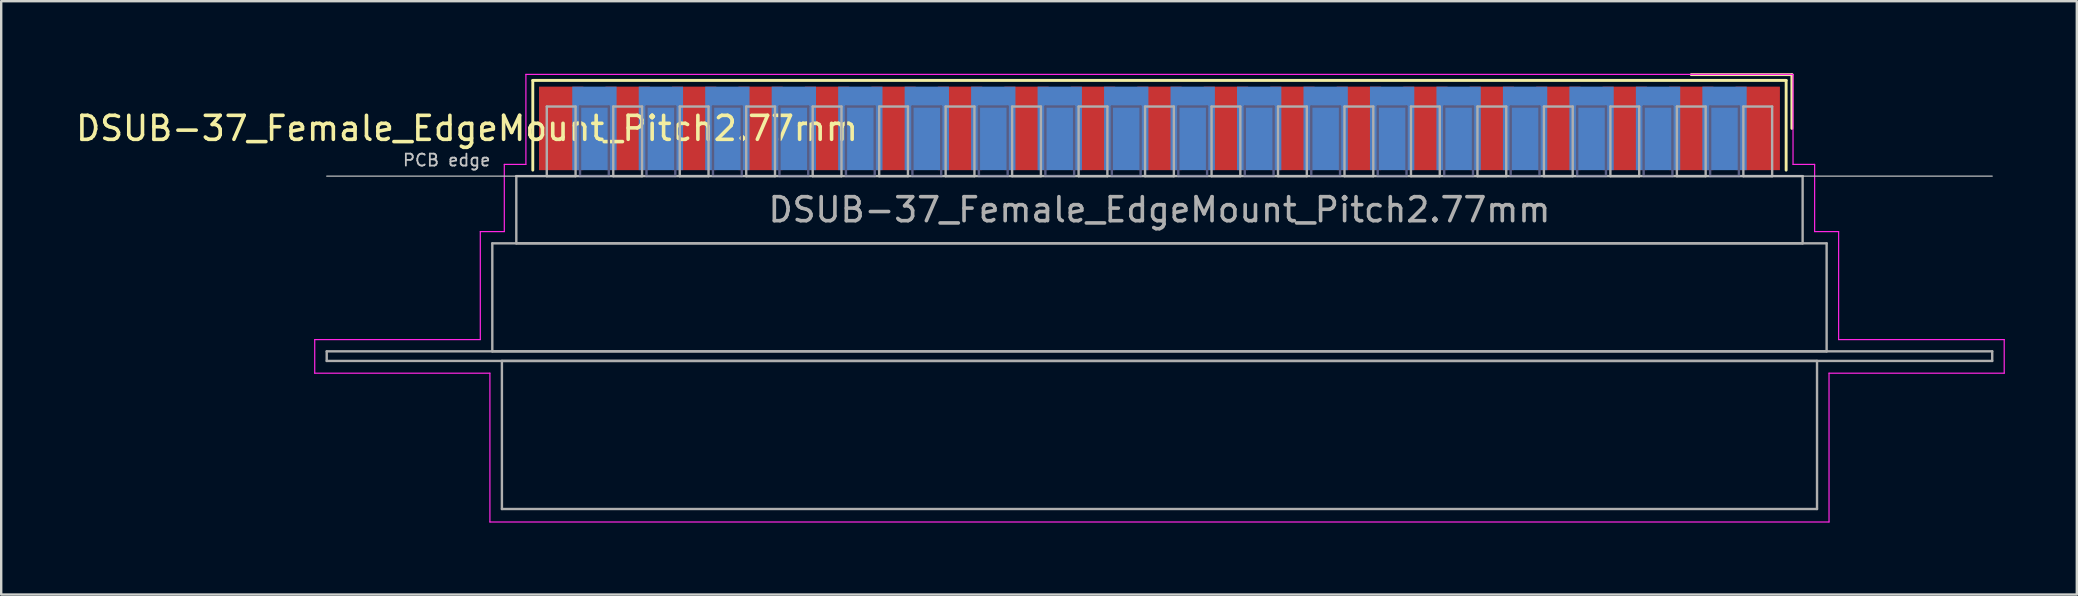
<source format=kicad_pcb>
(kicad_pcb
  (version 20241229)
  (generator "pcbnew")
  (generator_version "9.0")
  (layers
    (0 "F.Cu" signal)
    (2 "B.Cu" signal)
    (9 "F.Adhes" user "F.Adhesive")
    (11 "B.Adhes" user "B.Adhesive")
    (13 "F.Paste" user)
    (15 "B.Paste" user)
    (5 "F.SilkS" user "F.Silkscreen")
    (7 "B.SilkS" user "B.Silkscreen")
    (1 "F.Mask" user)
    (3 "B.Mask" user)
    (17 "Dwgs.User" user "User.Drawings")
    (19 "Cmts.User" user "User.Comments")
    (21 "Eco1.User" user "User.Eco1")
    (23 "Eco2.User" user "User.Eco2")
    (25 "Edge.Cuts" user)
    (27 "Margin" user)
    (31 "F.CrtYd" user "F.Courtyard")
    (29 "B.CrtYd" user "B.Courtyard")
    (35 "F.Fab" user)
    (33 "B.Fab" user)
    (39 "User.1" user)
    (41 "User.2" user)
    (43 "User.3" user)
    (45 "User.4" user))
  (footprint "DSUB-37_Female_EdgeMount_Pitch2.77mm"
    (layer "F.Cu")
    (at 45.264 2.3)
    (property "Reference" "DSUB-37_Female_EdgeMount_Pitch2.77mm" (at -28.853 0 0) (layer "F.SilkS") (effects (font (size 1 1) (thickness 0.15))))
    (attr smd)
    (fp_line (start -26.113 -2) (end -26.113 1.74) (stroke (width 0.12) (type solid)) (layer "F.SilkS"))
    (fp_line (start 26.113 -2) (end -26.113 -2) (stroke (width 0.12) (type solid)) (layer "F.SilkS"))
    (fp_line (start 26.113 1.74) (end 26.113 -2) (stroke (width 0.12) (type solid)) (layer "F.SilkS"))
    (fp_line (start 26.353 -2.24) (end 22.16 -2.24) (stroke (width 0.12) (type solid)) (layer "F.SilkS"))
    (fp_line (start 26.353 0) (end 26.353 -2.24) (stroke (width 0.12) (type solid)) (layer "F.SilkS"))
    (fp_line (start -34.7 1.99) (end 34.7 1.99) (stroke (width 0.05) (type solid)) (layer "Dwgs.User"))
    (fp_line (start -35.2 8.8) (end -28.3 8.8) (stroke (width 0.05) (type solid)) (layer "F.CrtYd"))
    (fp_line (start -35.2 10.2) (end -35.2 8.8) (stroke (width 0.05) (type solid)) (layer "F.CrtYd"))
    (fp_line (start -28.3 4.3) (end -27.3 4.3) (stroke (width 0.05) (type solid)) (layer "F.CrtYd"))
    (fp_line (start -28.3 8.8) (end -28.3 4.3) (stroke (width 0.05) (type solid)) (layer "F.CrtYd"))
    (fp_line (start -27.9 10.2) (end -35.2 10.2) (stroke (width 0.05) (type solid)) (layer "F.CrtYd"))
    (fp_line (start -27.9 16.4) (end -27.9 10.2) (stroke (width 0.05) (type solid)) (layer "F.CrtYd"))
    (fp_line (start -27.3 1.5) (end -26.4 1.5) (stroke (width 0.05) (type solid)) (layer "F.CrtYd"))
    (fp_line (start -27.3 4.3) (end -27.3 1.5) (stroke (width 0.05) (type solid)) (layer "F.CrtYd"))
    (fp_line (start -26.4 -2.25) (end 26.4 -2.25) (stroke (width 0.05) (type solid)) (layer "F.CrtYd"))
    (fp_line (start -26.4 1.5) (end -26.4 -2.25) (stroke (width 0.05) (type solid)) (layer "F.CrtYd"))
    (fp_line (start 26.4 -2.25) (end 26.4 1.5) (stroke (width 0.05) (type solid)) (layer "F.CrtYd"))
    (fp_line (start 26.4 1.5) (end 27.3 1.5) (stroke (width 0.05) (type solid)) (layer "F.CrtYd"))
    (fp_line (start 27.3 1.5) (end 27.3 4.3) (stroke (width 0.05) (type solid)) (layer "F.CrtYd"))
    (fp_line (start 27.3 4.3) (end 28.3 4.3) (stroke (width 0.05) (type solid)) (layer "F.CrtYd"))
    (fp_line (start 27.9 10.2) (end 27.9 16.4) (stroke (width 0.05) (type solid)) (layer "F.CrtYd"))
    (fp_line (start 27.9 16.4) (end -27.9 16.4) (stroke (width 0.05) (type solid)) (layer "F.CrtYd"))
    (fp_line (start 28.3 4.3) (end 28.3 8.8) (stroke (width 0.05) (type solid)) (layer "F.CrtYd"))
    (fp_line (start 28.3 8.8) (end 35.2 8.8) (stroke (width 0.05) (type solid)) (layer "F.CrtYd"))
    (fp_line (start 35.2 8.8) (end 35.2 10.2) (stroke (width 0.05) (type solid)) (layer "F.CrtYd"))
    (fp_line (start 35.2 10.2) (end 27.9 10.2) (stroke (width 0.05) (type solid)) (layer "F.CrtYd"))
    (fp_line (start -24.145 -0.91) (end -24.145 1.99) (stroke (width 0.1) (type solid)) (layer "B.Fab"))
    (fp_line (start -24.145 1.99) (end -22.945 1.99) (stroke (width 0.1) (type solid)) (layer "B.Fab"))
    (fp_line (start -22.945 -0.91) (end -24.145 -0.91) (stroke (width 0.1) (type solid)) (layer "B.Fab"))
    (fp_line (start -22.945 1.99) (end -22.945 -0.91) (stroke (width 0.1) (type solid)) (layer "B.Fab"))
    (fp_line (start -21.375 -0.91) (end -21.375 1.99) (stroke (width 0.1) (type solid)) (layer "B.Fab"))
    (fp_line (start -21.375 1.99) (end -20.175 1.99) (stroke (width 0.1) (type solid)) (layer "B.Fab"))
    (fp_line (start -20.175 -0.91) (end -21.375 -0.91) (stroke (width 0.1) (type solid)) (layer "B.Fab"))
    (fp_line (start -20.175 1.99) (end -20.175 -0.91) (stroke (width 0.1) (type solid)) (layer "B.Fab"))
    (fp_line (start -18.605 -0.91) (end -18.605 1.99) (stroke (width 0.1) (type solid)) (layer "B.Fab"))
    (fp_line (start -18.605 1.99) (end -17.405 1.99) (stroke (width 0.1) (type solid)) (layer "B.Fab"))
    (fp_line (start -17.405 -0.91) (end -18.605 -0.91) (stroke (width 0.1) (type solid)) (layer "B.Fab"))
    (fp_line (start -17.405 1.99) (end -17.405 -0.91) (stroke (width 0.1) (type solid)) (layer "B.Fab"))
    (fp_line (start -15.835 -0.91) (end -15.835 1.99) (stroke (width 0.1) (type solid)) (layer "B.Fab"))
    (fp_line (start -15.835 1.99) (end -14.635 1.99) (stroke (width 0.1) (type solid)) (layer "B.Fab"))
    (fp_line (start -14.635 -0.91) (end -15.835 -0.91) (stroke (width 0.1) (type solid)) (layer "B.Fab"))
    (fp_line (start -14.635 1.99) (end -14.635 -0.91) (stroke (width 0.1) (type solid)) (layer "B.Fab"))
    (fp_line (start -13.065 -0.91) (end -13.065 1.99) (stroke (width 0.1) (type solid)) (layer "B.Fab"))
    (fp_line (start -13.065 1.99) (end -11.865 1.99) (stroke (width 0.1) (type solid)) (layer "B.Fab"))
    (fp_line (start -11.865 -0.91) (end -13.065 -0.91) (stroke (width 0.1) (type solid)) (layer "B.Fab"))
    (fp_line (start -11.865 1.99) (end -11.865 -0.91) (stroke (width 0.1) (type solid)) (layer "B.Fab"))
    (fp_line (start -10.295 -0.91) (end -10.295 1.99) (stroke (width 0.1) (type solid)) (layer "B.Fab"))
    (fp_line (start -10.295 1.99) (end -9.095 1.99) (stroke (width 0.1) (type solid)) (layer "B.Fab"))
    (fp_line (start -9.095 -0.91) (end -10.295 -0.91) (stroke (width 0.1) (type solid)) (layer "B.Fab"))
    (fp_line (start -9.095 1.99) (end -9.095 -0.91) (stroke (width 0.1) (type solid)) (layer "B.Fab"))
    (fp_line (start -7.525 -0.91) (end -7.525 1.99) (stroke (width 0.1) (type solid)) (layer "B.Fab"))
    (fp_line (start -7.525 1.99) (end -6.325 1.99) (stroke (width 0.1) (type solid)) (layer "B.Fab"))
    (fp_line (start -6.325 -0.91) (end -7.525 -0.91) (stroke (width 0.1) (type solid)) (layer "B.Fab"))
    (fp_line (start -6.325 1.99) (end -6.325 -0.91) (stroke (width 0.1) (type solid)) (layer "B.Fab"))
    (fp_line (start -4.755 -0.91) (end -4.755 1.99) (stroke (width 0.1) (type solid)) (layer "B.Fab"))
    (fp_line (start -4.755 1.99) (end -3.555 1.99) (stroke (width 0.1) (type solid)) (layer "B.Fab"))
    (fp_line (start -3.555 -0.91) (end -4.755 -0.91) (stroke (width 0.1) (type solid)) (layer "B.Fab"))
    (fp_line (start -3.555 1.99) (end -3.555 -0.91) (stroke (width 0.1) (type solid)) (layer "B.Fab"))
    (fp_line (start -1.985 -0.91) (end -1.985 1.99) (stroke (width 0.1) (type solid)) (layer "B.Fab"))
    (fp_line (start -1.985 1.99) (end -0.785 1.99) (stroke (width 0.1) (type solid)) (layer "B.Fab"))
    (fp_line (start -0.785 -0.91) (end -1.985 -0.91) (stroke (width 0.1) (type solid)) (layer "B.Fab"))
    (fp_line (start -0.785 1.99) (end -0.785 -0.91) (stroke (width 0.1) (type solid)) (layer "B.Fab"))
    (fp_line (start 0.785 -0.91) (end 0.785 1.99) (stroke (width 0.1) (type solid)) (layer "B.Fab"))
    (fp_line (start 0.785 1.99) (end 1.985 1.99) (stroke (width 0.1) (type solid)) (layer "B.Fab"))
    (fp_line (start 1.985 -0.91) (end 0.785 -0.91) (stroke (width 0.1) (type solid)) (layer "B.Fab"))
    (fp_line (start 1.985 1.99) (end 1.985 -0.91) (stroke (width 0.1) (type solid)) (layer "B.Fab"))
    (fp_line (start 3.555 -0.91) (end 3.555 1.99) (stroke (width 0.1) (type solid)) (layer "B.Fab"))
    (fp_line (start 3.555 1.99) (end 4.755 1.99) (stroke (width 0.1) (type solid)) (layer "B.Fab"))
    (fp_line (start 4.755 -0.91) (end 3.555 -0.91) (stroke (width 0.1) (type solid)) (layer "B.Fab"))
    (fp_line (start 4.755 1.99) (end 4.755 -0.91) (stroke (width 0.1) (type solid)) (layer "B.Fab"))
    (fp_line (start 6.325 -0.91) (end 6.325 1.99) (stroke (width 0.1) (type solid)) (layer "B.Fab"))
    (fp_line (start 6.325 1.99) (end 7.525 1.99) (stroke (width 0.1) (type solid)) (layer "B.Fab"))
    (fp_line (start 7.525 -0.91) (end 6.325 -0.91) (stroke (width 0.1) (type solid)) (layer "B.Fab"))
    (fp_line (start 7.525 1.99) (end 7.525 -0.91) (stroke (width 0.1) (type solid)) (layer "B.Fab"))
    (fp_line (start 9.095 -0.91) (end 9.095 1.99) (stroke (width 0.1) (type solid)) (layer "B.Fab"))
    (fp_line (start 9.095 1.99) (end 10.295 1.99) (stroke (width 0.1) (type solid)) (layer "B.Fab"))
    (fp_line (start 10.295 -0.91) (end 9.095 -0.91) (stroke (width 0.1) (type solid)) (layer "B.Fab"))
    (fp_line (start 10.295 1.99) (end 10.295 -0.91) (stroke (width 0.1) (type solid)) (layer "B.Fab"))
    (fp_line (start 11.865 -0.91) (end 11.865 1.99) (stroke (width 0.1) (type solid)) (layer "B.Fab"))
    (fp_line (start 11.865 1.99) (end 13.065 1.99) (stroke (width 0.1) (type solid)) (layer "B.Fab"))
    (fp_line (start 13.065 -0.91) (end 11.865 -0.91) (stroke (width 0.1) (type solid)) (layer "B.Fab"))
    (fp_line (start 13.065 1.99) (end 13.065 -0.91) (stroke (width 0.1) (type solid)) (layer "B.Fab"))
    (fp_line (start 14.635 -0.91) (end 14.635 1.99) (stroke (width 0.1) (type solid)) (layer "B.Fab"))
    (fp_line (start 14.635 1.99) (end 15.835 1.99) (stroke (width 0.1) (type solid)) (layer "B.Fab"))
    (fp_line (start 15.835 -0.91) (end 14.635 -0.91) (stroke (width 0.1) (type solid)) (layer "B.Fab"))
    (fp_line (start 15.835 1.99) (end 15.835 -0.91) (stroke (width 0.1) (type solid)) (layer "B.Fab"))
    (fp_line (start 17.405 -0.91) (end 17.405 1.99) (stroke (width 0.1) (type solid)) (layer "B.Fab"))
    (fp_line (start 17.405 1.99) (end 18.605 1.99) (stroke (width 0.1) (type solid)) (layer "B.Fab"))
    (fp_line (start 18.605 -0.91) (end 17.405 -0.91) (stroke (width 0.1) (type solid)) (layer "B.Fab"))
    (fp_line (start 18.605 1.99) (end 18.605 -0.91) (stroke (width 0.1) (type solid)) (layer "B.Fab"))
    (fp_line (start 20.175 -0.91) (end 20.175 1.99) (stroke (width 0.1) (type solid)) (layer "B.Fab"))
    (fp_line (start 20.175 1.99) (end 21.375 1.99) (stroke (width 0.1) (type solid)) (layer "B.Fab"))
    (fp_line (start 21.375 -0.91) (end 20.175 -0.91) (stroke (width 0.1) (type solid)) (layer "B.Fab"))
    (fp_line (start 21.375 1.99) (end 21.375 -0.91) (stroke (width 0.1) (type solid)) (layer "B.Fab"))
    (fp_line (start 22.945 -0.91) (end 22.945 1.99) (stroke (width 0.1) (type solid)) (layer "B.Fab"))
    (fp_line (start 22.945 1.99) (end 24.145 1.99) (stroke (width 0.1) (type solid)) (layer "B.Fab"))
    (fp_line (start 24.145 -0.91) (end 22.945 -0.91) (stroke (width 0.1) (type solid)) (layer "B.Fab"))
    (fp_line (start 24.145 1.99) (end 24.145 -0.91) (stroke (width 0.1) (type solid)) (layer "B.Fab"))
    (fp_line (start -34.7 9.29) (end -34.7 9.69) (stroke (width 0.1) (type solid)) (layer "F.Fab"))
    (fp_line (start -34.7 9.69) (end 34.7 9.69) (stroke (width 0.1) (type solid)) (layer "F.Fab"))
    (fp_line (start -27.8 4.79) (end -27.8 9.29) (stroke (width 0.1) (type solid)) (layer "F.Fab"))
    (fp_line (start -27.8 9.29) (end 27.8 9.29) (stroke (width 0.1) (type solid)) (layer "F.Fab"))
    (fp_line (start -27.4 9.69) (end -27.4 15.86) (stroke (width 0.1) (type solid)) (layer "F.Fab"))
    (fp_line (start -27.4 15.86) (end 27.4 15.86) (stroke (width 0.1) (type solid)) (layer "F.Fab"))
    (fp_line (start -26.8 1.99) (end -26.8 4.79) (stroke (width 0.1) (type solid)) (layer "F.Fab"))
    (fp_line (start -26.8 4.79) (end 26.8 4.79) (stroke (width 0.1) (type solid)) (layer "F.Fab"))
    (fp_line (start -25.53 -0.91) (end -25.53 1.99) (stroke (width 0.1) (type solid)) (layer "F.Fab"))
    (fp_line (start -25.53 1.99) (end -24.33 1.99) (stroke (width 0.1) (type solid)) (layer "F.Fab"))
    (fp_line (start -24.33 -0.91) (end -25.53 -0.91) (stroke (width 0.1) (type solid)) (layer "F.Fab"))
    (fp_line (start -24.33 1.99) (end -24.33 -0.91) (stroke (width 0.1) (type solid)) (layer "F.Fab"))
    (fp_line (start -22.76 -0.91) (end -22.76 1.99) (stroke (width 0.1) (type solid)) (layer "F.Fab"))
    (fp_line (start -22.76 1.99) (end -21.56 1.99) (stroke (width 0.1) (type solid)) (layer "F.Fab"))
    (fp_line (start -21.56 -0.91) (end -22.76 -0.91) (stroke (width 0.1) (type solid)) (layer "F.Fab"))
    (fp_line (start -21.56 1.99) (end -21.56 -0.91) (stroke (width 0.1) (type solid)) (layer "F.Fab"))
    (fp_line (start -19.99 -0.91) (end -19.99 1.99) (stroke (width 0.1) (type solid)) (layer "F.Fab"))
    (fp_line (start -19.99 1.99) (end -18.79 1.99) (stroke (width 0.1) (type solid)) (layer "F.Fab"))
    (fp_line (start -18.79 -0.91) (end -19.99 -0.91) (stroke (width 0.1) (type solid)) (layer "F.Fab"))
    (fp_line (start -18.79 1.99) (end -18.79 -0.91) (stroke (width 0.1) (type solid)) (layer "F.Fab"))
    (fp_line (start -17.22 -0.91) (end -17.22 1.99) (stroke (width 0.1) (type solid)) (layer "F.Fab"))
    (fp_line (start -17.22 1.99) (end -16.02 1.99) (stroke (width 0.1) (type solid)) (layer "F.Fab"))
    (fp_line (start -16.02 -0.91) (end -17.22 -0.91) (stroke (width 0.1) (type solid)) (layer "F.Fab"))
    (fp_line (start -16.02 1.99) (end -16.02 -0.91) (stroke (width 0.1) (type solid)) (layer "F.Fab"))
    (fp_line (start -14.45 -0.91) (end -14.45 1.99) (stroke (width 0.1) (type solid)) (layer "F.Fab"))
    (fp_line (start -14.45 1.99) (end -13.25 1.99) (stroke (width 0.1) (type solid)) (layer "F.Fab"))
    (fp_line (start -13.25 -0.91) (end -14.45 -0.91) (stroke (width 0.1) (type solid)) (layer "F.Fab"))
    (fp_line (start -13.25 1.99) (end -13.25 -0.91) (stroke (width 0.1) (type solid)) (layer "F.Fab"))
    (fp_line (start -11.68 -0.91) (end -11.68 1.99) (stroke (width 0.1) (type solid)) (layer "F.Fab"))
    (fp_line (start -11.68 1.99) (end -10.48 1.99) (stroke (width 0.1) (type solid)) (layer "F.Fab"))
    (fp_line (start -10.48 -0.91) (end -11.68 -0.91) (stroke (width 0.1) (type solid)) (layer "F.Fab"))
    (fp_line (start -10.48 1.99) (end -10.48 -0.91) (stroke (width 0.1) (type solid)) (layer "F.Fab"))
    (fp_line (start -8.91 -0.91) (end -8.91 1.99) (stroke (width 0.1) (type solid)) (layer "F.Fab"))
    (fp_line (start -8.91 1.99) (end -7.71 1.99) (stroke (width 0.1) (type solid)) (layer "F.Fab"))
    (fp_line (start -7.71 -0.91) (end -8.91 -0.91) (stroke (width 0.1) (type solid)) (layer "F.Fab"))
    (fp_line (start -7.71 1.99) (end -7.71 -0.91) (stroke (width 0.1) (type solid)) (layer "F.Fab"))
    (fp_line (start -6.14 -0.91) (end -6.14 1.99) (stroke (width 0.1) (type solid)) (layer "F.Fab"))
    (fp_line (start -6.14 1.99) (end -4.94 1.99) (stroke (width 0.1) (type solid)) (layer "F.Fab"))
    (fp_line (start -4.94 -0.91) (end -6.14 -0.91) (stroke (width 0.1) (type solid)) (layer "F.Fab"))
    (fp_line (start -4.94 1.99) (end -4.94 -0.91) (stroke (width 0.1) (type solid)) (layer "F.Fab"))
    (fp_line (start -3.37 -0.91) (end -3.37 1.99) (stroke (width 0.1) (type solid)) (layer "F.Fab"))
    (fp_line (start -3.37 1.99) (end -2.17 1.99) (stroke (width 0.1) (type solid)) (layer "F.Fab"))
    (fp_line (start -2.17 -0.91) (end -3.37 -0.91) (stroke (width 0.1) (type solid)) (layer "F.Fab"))
    (fp_line (start -2.17 1.99) (end -2.17 -0.91) (stroke (width 0.1) (type solid)) (layer "F.Fab"))
    (fp_line (start -0.6 -0.91) (end -0.6 1.99) (stroke (width 0.1) (type solid)) (layer "F.Fab"))
    (fp_line (start -0.6 1.99) (end 0.6 1.99) (stroke (width 0.1) (type solid)) (layer "F.Fab"))
    (fp_line (start 0.6 -0.91) (end -0.6 -0.91) (stroke (width 0.1) (type solid)) (layer "F.Fab"))
    (fp_line (start 0.6 1.99) (end 0.6 -0.91) (stroke (width 0.1) (type solid)) (layer "F.Fab"))
    (fp_line (start 2.17 -0.91) (end 2.17 1.99) (stroke (width 0.1) (type solid)) (layer "F.Fab"))
    (fp_line (start 2.17 1.99) (end 3.37 1.99) (stroke (width 0.1) (type solid)) (layer "F.Fab"))
    (fp_line (start 3.37 -0.91) (end 2.17 -0.91) (stroke (width 0.1) (type solid)) (layer "F.Fab"))
    (fp_line (start 3.37 1.99) (end 3.37 -0.91) (stroke (width 0.1) (type solid)) (layer "F.Fab"))
    (fp_line (start 4.94 -0.91) (end 4.94 1.99) (stroke (width 0.1) (type solid)) (layer "F.Fab"))
    (fp_line (start 4.94 1.99) (end 6.14 1.99) (stroke (width 0.1) (type solid)) (layer "F.Fab"))
    (fp_line (start 6.14 -0.91) (end 4.94 -0.91) (stroke (width 0.1) (type solid)) (layer "F.Fab"))
    (fp_line (start 6.14 1.99) (end 6.14 -0.91) (stroke (width 0.1) (type solid)) (layer "F.Fab"))
    (fp_line (start 7.71 -0.91) (end 7.71 1.99) (stroke (width 0.1) (type solid)) (layer "F.Fab"))
    (fp_line (start 7.71 1.99) (end 8.91 1.99) (stroke (width 0.1) (type solid)) (layer "F.Fab"))
    (fp_line (start 8.91 -0.91) (end 7.71 -0.91) (stroke (width 0.1) (type solid)) (layer "F.Fab"))
    (fp_line (start 8.91 1.99) (end 8.91 -0.91) (stroke (width 0.1) (type solid)) (layer "F.Fab"))
    (fp_line (start 10.48 -0.91) (end 10.48 1.99) (stroke (width 0.1) (type solid)) (layer "F.Fab"))
    (fp_line (start 10.48 1.99) (end 11.68 1.99) (stroke (width 0.1) (type solid)) (layer "F.Fab"))
    (fp_line (start 11.68 -0.91) (end 10.48 -0.91) (stroke (width 0.1) (type solid)) (layer "F.Fab"))
    (fp_line (start 11.68 1.99) (end 11.68 -0.91) (stroke (width 0.1) (type solid)) (layer "F.Fab"))
    (fp_line (start 13.25 -0.91) (end 13.25 1.99) (stroke (width 0.1) (type solid)) (layer "F.Fab"))
    (fp_line (start 13.25 1.99) (end 14.45 1.99) (stroke (width 0.1) (type solid)) (layer "F.Fab"))
    (fp_line (start 14.45 -0.91) (end 13.25 -0.91) (stroke (width 0.1) (type solid)) (layer "F.Fab"))
    (fp_line (start 14.45 1.99) (end 14.45 -0.91) (stroke (width 0.1) (type solid)) (layer "F.Fab"))
    (fp_line (start 16.02 -0.91) (end 16.02 1.99) (stroke (width 0.1) (type solid)) (layer "F.Fab"))
    (fp_line (start 16.02 1.99) (end 17.22 1.99) (stroke (width 0.1) (type solid)) (layer "F.Fab"))
    (fp_line (start 17.22 -0.91) (end 16.02 -0.91) (stroke (width 0.1) (type solid)) (layer "F.Fab"))
    (fp_line (start 17.22 1.99) (end 17.22 -0.91) (stroke (width 0.1) (type solid)) (layer "F.Fab"))
    (fp_line (start 18.79 -0.91) (end 18.79 1.99) (stroke (width 0.1) (type solid)) (layer "F.Fab"))
    (fp_line (start 18.79 1.99) (end 19.99 1.99) (stroke (width 0.1) (type solid)) (layer "F.Fab"))
    (fp_line (start 19.99 -0.91) (end 18.79 -0.91) (stroke (width 0.1) (type solid)) (layer "F.Fab"))
    (fp_line (start 19.99 1.99) (end 19.99 -0.91) (stroke (width 0.1) (type solid)) (layer "F.Fab"))
    (fp_line (start 21.56 -0.91) (end 21.56 1.99) (stroke (width 0.1) (type solid)) (layer "F.Fab"))
    (fp_line (start 21.56 1.99) (end 22.76 1.99) (stroke (width 0.1) (type solid)) (layer "F.Fab"))
    (fp_line (start 22.76 -0.91) (end 21.56 -0.91) (stroke (width 0.1) (type solid)) (layer "F.Fab"))
    (fp_line (start 22.76 1.99) (end 22.76 -0.91) (stroke (width 0.1) (type solid)) (layer "F.Fab"))
    (fp_line (start 24.33 -0.91) (end 24.33 1.99) (stroke (width 0.1) (type solid)) (layer "F.Fab"))
    (fp_line (start 24.33 1.99) (end 25.53 1.99) (stroke (width 0.1) (type solid)) (layer "F.Fab"))
    (fp_line (start 25.53 -0.91) (end 24.33 -0.91) (stroke (width 0.1) (type solid)) (layer "F.Fab"))
    (fp_line (start 25.53 1.99) (end 25.53 -0.91) (stroke (width 0.1) (type solid)) (layer "F.Fab"))
    (fp_line (start 26.8 1.99) (end -26.8 1.99) (stroke (width 0.1) (type solid)) (layer "F.Fab"))
    (fp_line (start 26.8 4.79) (end 26.8 1.99) (stroke (width 0.1) (type solid)) (layer "F.Fab"))
    (fp_line (start 27.4 9.69) (end -27.4 9.69) (stroke (width 0.1) (type solid)) (layer "F.Fab"))
    (fp_line (start 27.4 15.86) (end 27.4 9.69) (stroke (width 0.1) (type solid)) (layer "F.Fab"))
    (fp_line (start 27.8 4.79) (end -27.8 4.79) (stroke (width 0.1) (type solid)) (layer "F.Fab"))
    (fp_line (start 27.8 9.29) (end 27.8 4.79) (stroke (width 0.1) (type solid)) (layer "F.Fab"))
    (fp_line (start 34.7 9.29) (end -34.7 9.29) (stroke (width 0.1) (type solid)) (layer "F.Fab"))
    (fp_line (start 34.7 9.69) (end 34.7 9.29) (stroke (width 0.1) (type solid)) (layer "F.Fab"))
    (fp_text user "PCB edge" (at -29.7 1.323 0) (layer "Dwgs.User") (effects (font (size 0.5 0.5) (thickness 0.075))))
    (fp_text user "${REFERENCE}" (at 0 3.39 0) (layer "F.Fab") (effects (font (size 1 1) (thickness 0.15))))
    (pad "1" smd rect (at 24.93 0) (size 1.847 3.48) (layers "F.Cu" "F.Mask" "F.Paste"))
    (pad "2" smd rect (at 22.16 0) (size 1.847 3.48) (layers "F.Cu" "F.Mask" "F.Paste"))
    (pad "3" smd rect (at 19.39 0) (size 1.847 3.48) (layers "F.Cu" "F.Mask" "F.Paste"))
    (pad "4" smd rect (at 16.62 0) (size 1.847 3.48) (layers "F.Cu" "F.Mask" "F.Paste"))
    (pad "5" smd rect (at 13.85 0) (size 1.847 3.48) (layers "F.Cu" "F.Mask" "F.Paste"))
    (pad "6" smd rect (at 11.08 0) (size 1.847 3.48) (layers "F.Cu" "F.Mask" "F.Paste"))
    (pad "7" smd rect (at 8.31 0) (size 1.847 3.48) (layers "F.Cu" "F.Mask" "F.Paste"))
    (pad "8" smd rect (at 5.54 0) (size 1.847 3.48) (layers "F.Cu" "F.Mask" "F.Paste"))
    (pad "9" smd rect (at 2.77 0) (size 1.847 3.48) (layers "F.Cu" "F.Mask" "F.Paste"))
    (pad "10" smd rect (at 0 0) (size 1.847 3.48) (layers "F.Cu" "F.Mask" "F.Paste"))
    (pad "11" smd rect (at -2.77 0) (size 1.847 3.48) (layers "F.Cu" "F.Mask" "F.Paste"))
    (pad "12" smd rect (at -5.54 0) (size 1.847 3.48) (layers "F.Cu" "F.Mask" "F.Paste"))
    (pad "13" smd rect (at -8.31 0) (size 1.847 3.48) (layers "F.Cu" "F.Mask" "F.Paste"))
    (pad "14" smd rect (at -11.08 0) (size 1.847 3.48) (layers "F.Cu" "F.Mask" "F.Paste"))
    (pad "15" smd rect (at -13.85 0) (size 1.847 3.48) (layers "F.Cu" "F.Mask" "F.Paste"))
    (pad "16" smd rect (at -16.62 0) (size 1.847 3.48) (layers "F.Cu" "F.Mask" "F.Paste"))
    (pad "17" smd rect (at -19.39 0) (size 1.847 3.48) (layers "F.Cu" "F.Mask" "F.Paste"))
    (pad "18" smd rect (at -22.16 0) (size 1.847 3.48) (layers "F.Cu" "F.Mask" "F.Paste"))
    (pad "19" smd rect (at -24.93 0) (size 1.847 3.48) (layers "F.Cu" "F.Mask" "F.Paste"))
    (pad "20" smd rect (at 23.545 0) (size 1.847 3.48) (layers "B.Cu" "B.Mask" "B.Paste"))
    (pad "21" smd rect (at 20.775 0) (size 1.847 3.48) (layers "B.Cu" "B.Mask" "B.Paste"))
    (pad "22" smd rect (at 18.005 0) (size 1.847 3.48) (layers "B.Cu" "B.Mask" "B.Paste"))
    (pad "23" smd rect (at 15.235 0) (size 1.847 3.48) (layers "B.Cu" "B.Mask" "B.Paste"))
    (pad "24" smd rect (at 12.465 0) (size 1.847 3.48) (layers "B.Cu" "B.Mask" "B.Paste"))
    (pad "25" smd rect (at 9.695 0) (size 1.847 3.48) (layers "B.Cu" "B.Mask" "B.Paste"))
    (pad "26" smd rect (at 6.925 0) (size 1.847 3.48) (layers "B.Cu" "B.Mask" "B.Paste"))
    (pad "27" smd rect (at 4.155 0) (size 1.847 3.48) (layers "B.Cu" "B.Mask" "B.Paste"))
    (pad "28" smd rect (at 1.385 0) (size 1.847 3.48) (layers "B.Cu" "B.Mask" "B.Paste"))
    (pad "29" smd rect (at -1.385 0) (size 1.847 3.48) (layers "B.Cu" "B.Mask" "B.Paste"))
    (pad "30" smd rect (at -4.155 0) (size 1.847 3.48) (layers "B.Cu" "B.Mask" "B.Paste"))
    (pad "31" smd rect (at -6.925 0) (size 1.847 3.48) (layers "B.Cu" "B.Mask" "B.Paste"))
    (pad "32" smd rect (at -9.695 0) (size 1.847 3.48) (layers "B.Cu" "B.Mask" "B.Paste"))
    (pad "33" smd rect (at -12.465 0) (size 1.847 3.48) (layers "B.Cu" "B.Mask" "B.Paste"))
    (pad "34" smd rect (at -15.235 0) (size 1.847 3.48) (layers "B.Cu" "B.Mask" "B.Paste"))
    (pad "35" smd rect (at -18.005 0) (size 1.847 3.48) (layers "B.Cu" "B.Mask" "B.Paste"))
    (pad "36" smd rect (at -20.775 0) (size 1.847 3.48) (layers "B.Cu" "B.Mask" "B.Paste"))
    (pad "37" smd rect (at -23.545 0) (size 1.847 3.48) (layers "B.Cu" "B.Mask" "B.Paste")))
  (gr_rect
    (start -3 -3)
    (end 83.489 21.725)
    (stroke (width 0.1) (type default))
    (fill no)
    (layer "Edge.Cuts")))
</source>
